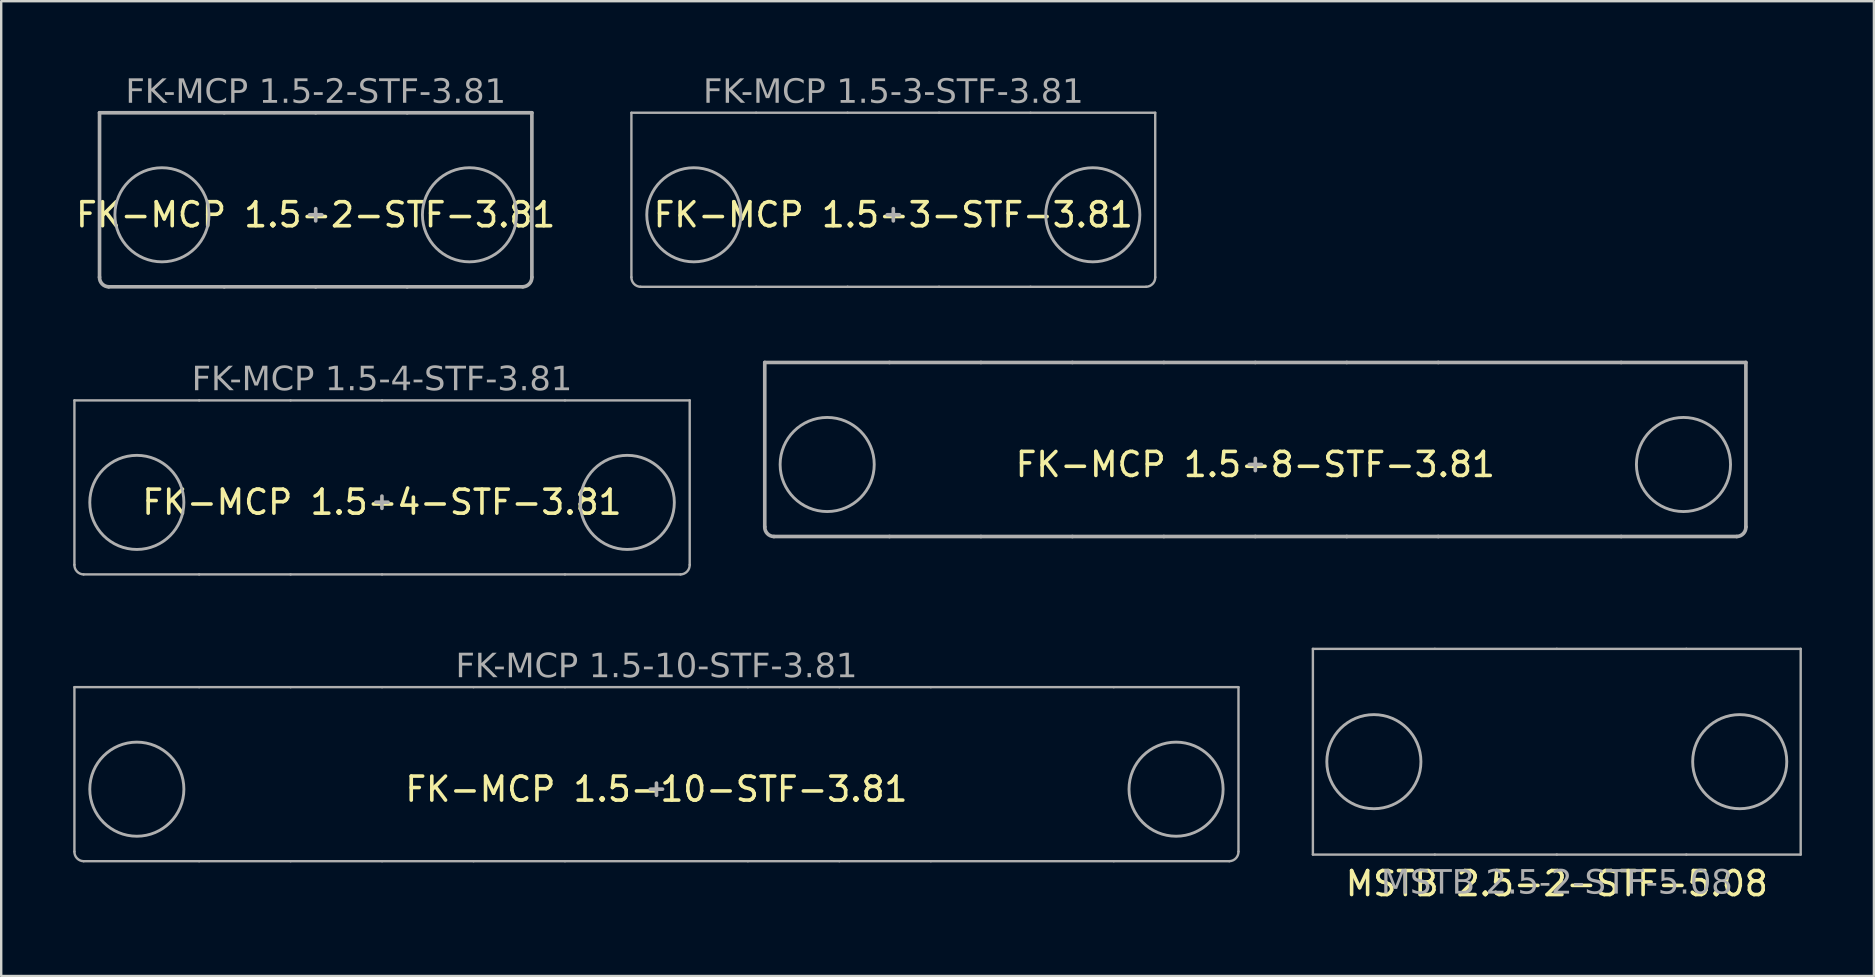
<source format=kicad_pcb>
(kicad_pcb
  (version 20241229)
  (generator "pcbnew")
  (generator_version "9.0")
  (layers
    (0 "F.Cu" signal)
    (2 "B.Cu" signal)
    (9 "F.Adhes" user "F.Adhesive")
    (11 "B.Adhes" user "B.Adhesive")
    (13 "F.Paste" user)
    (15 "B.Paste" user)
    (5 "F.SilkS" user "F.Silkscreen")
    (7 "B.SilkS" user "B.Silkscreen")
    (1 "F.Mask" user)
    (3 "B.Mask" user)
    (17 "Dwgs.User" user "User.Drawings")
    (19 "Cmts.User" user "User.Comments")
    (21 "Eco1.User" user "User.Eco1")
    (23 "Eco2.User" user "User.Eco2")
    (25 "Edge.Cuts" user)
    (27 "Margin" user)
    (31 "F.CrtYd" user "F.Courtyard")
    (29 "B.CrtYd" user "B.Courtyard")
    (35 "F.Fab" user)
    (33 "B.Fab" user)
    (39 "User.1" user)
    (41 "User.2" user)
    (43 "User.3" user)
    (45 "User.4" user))
  (footprint "FK-MCP 1.5-2-STF-3.81"
    (layer "F.Cu")
    (at 10.101 5.897)
    (property "Reference" "FK-MCP 1.5-2-STF-3.81" (at 0 0 0) (layer "F.SilkS") (effects (font (size 1 1) (thickness 0.15))))
    (attr through_hole exclude_from_pos_files exclude_from_bom)
    (fp_line (start -9.005 -4.25) (end -9.005 2.6) (stroke (width 0.152) (type solid)) (layer "F.Fab"))
    (fp_line (start -9.005 -4.25) (end -3.81 -4.25) (stroke (width 0.152) (type solid)) (layer "F.Fab"))
    (fp_line (start -3.81 3) (end -8.624 3) (stroke (width 0.152) (type solid)) (layer "F.Fab"))
    (fp_line (start 0 -4.25) (end -3.81 -4.25) (stroke (width 0.152) (type solid)) (layer "F.Fab"))
    (fp_line (start 0 -4.25) (end 3.81 -4.25) (stroke (width 0.152) (type solid)) (layer "F.Fab"))
    (fp_line (start 0 3) (end -3.81 3) (stroke (width 0.152) (type solid)) (layer "F.Fab"))
    (fp_line (start 0 3) (end 3.81 3) (stroke (width 0.152) (type solid)) (layer "F.Fab"))
    (fp_line (start 3.81 3) (end 8.624 3) (stroke (width 0.152) (type solid)) (layer "F.Fab"))
    (fp_line (start 9.005 -4.25) (end 3.81 -4.25) (stroke (width 0.152) (type solid)) (layer "F.Fab"))
    (fp_line (start 9.005 -4.25) (end 9.005 2.6) (stroke (width 0.152) (type solid)) (layer "F.Fab"))
    (fp_arc (start -8.624 3) (mid -8.897342 2.878908) (end -9.005 2.6) (stroke (width 0.1524) (type solid)) (layer "F.Fab"))
    (fp_arc (start 9.005 2.6) (mid 8.897343 2.878909) (end 8.624 3) (stroke (width 0.1524) (type solid)) (layer "F.Fab"))
    (fp_circle (center -6.405 0) (end -4.445 0) (stroke (width 0.12) (type default)) (fill no) (layer "F.Fab"))
    (fp_circle (center 6.405 0) (end 4.445 0) (stroke (width 0.12) (type default)) (fill no) (layer "F.Fab"))
    (fp_text user "${REFERENCE}" (at 0 -5.08 0) (layer "F.Fab") (effects (font (face "Tahoma") (size 1 1) (thickness 0.15))))
    (dimension (type center) (layer "F.Fab") (pts (xy 10.101 5.897) (xy 10.355 5.897)) (style (thickness 0.152) (arrow_length 1.27) (text_position_mode 0) (extension_offset 0.5) (keep_text_aligned yes))))
  (footprint "FK-MCP 1.5-10-STF-3.81"
    (layer "F.Cu")
    (at 24.295 29.824)
    (property "Reference" "FK-MCP 1.5-10-STF-3.81" (at 0 0 0) (layer "F.SilkS") (effects (font (size 1 1) (thickness 0.15))))
    (attr through_hole exclude_from_pos_files exclude_from_bom)
    (fp_line (start -24.245 -4.25) (end -24.245 2.6) (stroke (width 0.1) (type solid)) (layer "F.Fab"))
    (fp_line (start -24.245 -4.25) (end -19.05 -4.25) (stroke (width 0.1) (type solid)) (layer "F.Fab"))
    (fp_line (start -19.05 3) (end -23.864 3) (stroke (width 0.1) (type solid)) (layer "F.Fab"))
    (fp_line (start -15.24 -4.25) (end -19.05 -4.25) (stroke (width 0.1) (type solid)) (layer "F.Fab"))
    (fp_line (start -15.24 -4.25) (end -11.43 -4.25) (stroke (width 0.1) (type solid)) (layer "F.Fab"))
    (fp_line (start -15.24 3) (end -19.05 3) (stroke (width 0.1) (type solid)) (layer "F.Fab"))
    (fp_line (start -15.24 3) (end -11.43 3) (stroke (width 0.1) (type solid)) (layer "F.Fab"))
    (fp_line (start -11.43 -4.25) (end -7.62 -4.25) (stroke (width 0.1) (type solid)) (layer "F.Fab"))
    (fp_line (start -11.43 3) (end -7.62 3) (stroke (width 0.1) (type solid)) (layer "F.Fab"))
    (fp_line (start -7.62 -4.25) (end -3.81 -4.25) (stroke (width 0.1) (type solid)) (layer "F.Fab"))
    (fp_line (start -7.62 3) (end -3.81 3) (stroke (width 0.1) (type solid)) (layer "F.Fab"))
    (fp_line (start -3.81 -4.25) (end 3.81 -4.25) (stroke (width 0.1) (type solid)) (layer "F.Fab"))
    (fp_line (start -3.81 3) (end 3.81 3) (stroke (width 0.1) (type solid)) (layer "F.Fab"))
    (fp_line (start 3.81 -4.25) (end 7.62 -4.25) (stroke (width 0.1) (type solid)) (layer "F.Fab"))
    (fp_line (start 3.81 3) (end 7.62 3) (stroke (width 0.1) (type solid)) (layer "F.Fab"))
    (fp_line (start 7.62 -4.25) (end 11.43 -4.25) (stroke (width 0.1) (type solid)) (layer "F.Fab"))
    (fp_line (start 7.62 3) (end 11.43 3) (stroke (width 0.1) (type solid)) (layer "F.Fab"))
    (fp_line (start 11.43 -4.25) (end 19.05 -4.25) (stroke (width 0.1) (type solid)) (layer "F.Fab"))
    (fp_line (start 11.43 3) (end 19.05 3) (stroke (width 0.1) (type solid)) (layer "F.Fab"))
    (fp_line (start 19.05 3) (end 23.864 3) (stroke (width 0.1) (type solid)) (layer "F.Fab"))
    (fp_line (start 24.245 -4.25) (end 19.05 -4.25) (stroke (width 0.1) (type solid)) (layer "F.Fab"))
    (fp_line (start 24.245 -4.25) (end 24.245 2.6) (stroke (width 0.1) (type solid)) (layer "F.Fab"))
    (fp_arc (start -23.864 3) (mid -24.137342 2.878907) (end -24.245 2.6) (stroke (width 0.1) (type solid)) (layer "F.Fab"))
    (fp_arc (start 24.245 2.6) (mid 24.137343 2.878908) (end 23.864 3) (stroke (width 0.1) (type solid)) (layer "F.Fab"))
    (fp_circle (center -21.645 0) (end -19.685 0) (stroke (width 0.12) (type default)) (fill no) (layer "F.Fab"))
    (fp_circle (center 21.645 0) (end 19.685 0) (stroke (width 0.12) (type default)) (fill no) (layer "F.Fab"))
    (fp_text user "${REFERENCE}" (at 0 -5.08 0) (layer "F.Fab") (effects (font (face "Tahoma") (size 1 1) (thickness 0.15))))
    (dimension (type center) (layer "F.Fab") (pts (xy 24.295 29.824) (xy 24.549 29.824)) (style (thickness 0.152) (arrow_length 1.27) (text_position_mode 0) (extension_offset 0.5) (keep_text_aligned yes))))
  (footprint "MSTB 2.5-2-STF-5.08"
    (layer "F.Cu")
    (at 61.8 28.678)
    (property "Reference" "MSTB 2.5-2-STF-5.08" (at 0 5.08 0) (layer "F.SilkS") (effects (font (size 1 1) (thickness 0.15))))
    (attr through_hole)
    (fp_line (start -10.16 -4.7) (end -10.16 3.87) (stroke (width 0.1) (type solid)) (layer "F.Fab"))
    (fp_line (start -5.08 -4.7) (end -10.16 -4.7) (stroke (width 0.1) (type solid)) (layer "F.Fab"))
    (fp_line (start -5.08 -4.7) (end 0 -4.7) (stroke (width 0.1) (type solid)) (layer "F.Fab"))
    (fp_line (start -5.08 3.87) (end -10.16 3.87) (stroke (width 0.1) (type solid)) (layer "F.Fab"))
    (fp_line (start -5.08 3.87) (end 0 3.87) (stroke (width 0.1) (type solid)) (layer "F.Fab"))
    (fp_line (start 0 -4.7) (end 5.397 -4.7) (stroke (width 0.1) (type solid)) (layer "F.Fab"))
    (fp_line (start 0 3.87) (end 5.397 3.87) (stroke (width 0.1) (type solid)) (layer "F.Fab"))
    (fp_line (start 5.397 -4.7) (end 10.16 -4.7) (stroke (width 0.1) (type solid)) (layer "F.Fab"))
    (fp_line (start 5.397 3.87) (end 10.16 3.87) (stroke (width 0.1) (type solid)) (layer "F.Fab"))
    (fp_line (start 10.16 -4.7) (end 10.16 3.87) (stroke (width 0.1) (type solid)) (layer "F.Fab"))
    (fp_circle (center -7.62 0) (end -5.66 0) (stroke (width 0.12) (type default)) (fill no) (layer "F.Fab"))
    (fp_circle (center 7.62 0) (end 9.58 0) (stroke (width 0.12) (type default)) (fill no) (layer "F.Fab"))
    (fp_text user "${REFERENCE}" (at 0 5.08 0) (layer "F.Fab") (effects (font (face "Tahoma") (size 1 1) (thickness 0.15)))))
  (footprint "FK-MCP 1.5-8-STF-3.81"
    (layer "F.Cu")
    (at 49.242 16.299)
    (property "Reference" "FK-MCP 1.5-8-STF-3.81" (at 0 0 0) (layer "F.SilkS") (effects (font (size 1 1) (thickness 0.15))))
    (attr through_hole exclude_from_pos_files exclude_from_bom)
    (fp_line (start -20.435 -4.25) (end -20.435 2.6) (stroke (width 0.152) (type solid)) (layer "F.Fab"))
    (fp_line (start -20.435 -4.25) (end -15.24 -4.25) (stroke (width 0.152) (type solid)) (layer "F.Fab"))
    (fp_line (start -15.24 3) (end -20.054 3) (stroke (width 0.152) (type solid)) (layer "F.Fab"))
    (fp_line (start -11.43 -4.25) (end -15.24 -4.25) (stroke (width 0.152) (type solid)) (layer "F.Fab"))
    (fp_line (start -11.43 -4.25) (end -7.62 -4.25) (stroke (width 0.152) (type solid)) (layer "F.Fab"))
    (fp_line (start -11.43 3) (end -15.24 3) (stroke (width 0.152) (type solid)) (layer "F.Fab"))
    (fp_line (start -11.43 3) (end -7.62 3) (stroke (width 0.152) (type solid)) (layer "F.Fab"))
    (fp_line (start -7.62 -4.25) (end -3.81 -4.25) (stroke (width 0.152) (type solid)) (layer "F.Fab"))
    (fp_line (start -7.62 3) (end -3.81 3) (stroke (width 0.152) (type solid)) (layer "F.Fab"))
    (fp_line (start -3.81 -4.25) (end 0 -4.25) (stroke (width 0.152) (type solid)) (layer "F.Fab"))
    (fp_line (start -3.81 3) (end 0 3) (stroke (width 0.152) (type solid)) (layer "F.Fab"))
    (fp_line (start 0 -4.25) (end 3.81 -4.25) (stroke (width 0.152) (type solid)) (layer "F.Fab"))
    (fp_line (start 0 3) (end 3.81 3) (stroke (width 0.152) (type solid)) (layer "F.Fab"))
    (fp_line (start 3.81 -4.25) (end 7.62 -4.25) (stroke (width 0.152) (type solid)) (layer "F.Fab"))
    (fp_line (start 3.81 3) (end 7.62 3) (stroke (width 0.152) (type solid)) (layer "F.Fab"))
    (fp_line (start 7.62 -4.25) (end 15.24 -4.25) (stroke (width 0.152) (type solid)) (layer "F.Fab"))
    (fp_line (start 7.62 3) (end 15.24 3) (stroke (width 0.152) (type solid)) (layer "F.Fab"))
    (fp_line (start 15.24 3) (end 20.054 3) (stroke (width 0.152) (type solid)) (layer "F.Fab"))
    (fp_line (start 20.435 -4.25) (end 15.24 -4.25) (stroke (width 0.152) (type solid)) (layer "F.Fab"))
    (fp_line (start 20.435 -4.25) (end 20.435 2.6) (stroke (width 0.152) (type solid)) (layer "F.Fab"))
    (fp_arc (start -20.054 3) (mid -20.327342 2.878907) (end -20.435 2.6) (stroke (width 0.1524) (type solid)) (layer "F.Fab"))
    (fp_arc (start 20.435 2.6) (mid 20.327343 2.878908) (end 20.054 3) (stroke (width 0.1524) (type solid)) (layer "F.Fab"))
    (fp_circle (center -17.835 0) (end -15.875 0) (stroke (width 0.12) (type default)) (fill no) (layer "F.Fab"))
    (fp_circle (center 17.835 0) (end 15.875 0) (stroke (width 0.12) (type default)) (fill no) (layer "F.Fab"))
    (dimension (type center) (layer "F.Fab") (pts (xy 49.242 16.299) (xy 49.496 16.299)) (style (thickness 0.152) (arrow_length 1.27) (text_position_mode 0) (extension_offset 0.5) (keep_text_aligned yes))))
  (footprint "FK-MCP 1.5-4-STF-3.81"
    (layer "F.Cu")
    (at 12.86 17.87)
    (property "Reference" "FK-MCP 1.5-4-STF-3.81" (at 0 0 0) (layer "F.SilkS") (effects (font (size 1 1) (thickness 0.15))))
    (attr through_hole exclude_from_pos_files exclude_from_bom)
    (fp_line (start -12.81 -4.242) (end -12.81 2.608) (stroke (width 0.1) (type solid)) (layer "F.Fab"))
    (fp_line (start -12.81 -4.242) (end -7.615 -4.242) (stroke (width 0.1) (type solid)) (layer "F.Fab"))
    (fp_line (start -7.615 3.008) (end -12.429 3.008) (stroke (width 0.1) (type solid)) (layer "F.Fab"))
    (fp_line (start -3.805 -4.242) (end -7.615 -4.242) (stroke (width 0.1) (type solid)) (layer "F.Fab"))
    (fp_line (start -3.805 -4.242) (end 0.005 -4.242) (stroke (width 0.1) (type solid)) (layer "F.Fab"))
    (fp_line (start -3.805 3.008) (end -7.615 3.008) (stroke (width 0.1) (type solid)) (layer "F.Fab"))
    (fp_line (start -3.805 3.008) (end 0.005 3.008) (stroke (width 0.1) (type solid)) (layer "F.Fab"))
    (fp_line (start 0.005 -4.242) (end 7.625 -4.242) (stroke (width 0.1) (type solid)) (layer "F.Fab"))
    (fp_line (start 0.005 3.008) (end 7.625 3.008) (stroke (width 0.1) (type solid)) (layer "F.Fab"))
    (fp_line (start 7.625 3.008) (end 12.439 3.008) (stroke (width 0.1) (type solid)) (layer "F.Fab"))
    (fp_line (start 12.82 -4.242) (end 7.625 -4.242) (stroke (width 0.1) (type solid)) (layer "F.Fab"))
    (fp_line (start 12.82 -4.242) (end 12.82 2.608) (stroke (width 0.1) (type solid)) (layer "F.Fab"))
    (fp_arc (start -12.429359 3.007937) (mid -12.702701 2.886844) (end -12.810359 2.607937) (stroke (width 0.1) (type solid)) (layer "F.Fab"))
    (fp_arc (start 12.819641 2.607937) (mid 12.711984 2.886845) (end 12.438641 3.007937) (stroke (width 0.1) (type solid)) (layer "F.Fab"))
    (fp_circle (center -10.21 0.008) (end -8.25 0.008) (stroke (width 0.12) (type default)) (fill no) (layer "F.Fab"))
    (fp_circle (center 10.22 0.008) (end 8.26 0.008) (stroke (width 0.12) (type default)) (fill no) (layer "F.Fab"))
    (fp_text user "${REFERENCE}" (at 0 -5.08 0) (layer "F.Fab") (effects (font (face "Tahoma") (size 1 1) (thickness 0.15))))
    (dimension (type center) (layer "F.Fab") (pts (xy 12.86 17.87) (xy 13.114 17.87)) (style (thickness 0.152) (arrow_length 1.27) (text_position_mode 0) (extension_offset 0.5) (keep_text_aligned yes))))
  (footprint "FK-MCP 1.5-3-STF-3.81"
    (layer "F.Cu")
    (at 34.162 5.897)
    (property "Reference" "FK-MCP 1.5-3-STF-3.81" (at 0 0 0) (layer "F.SilkS") (effects (font (size 1 1) (thickness 0.15))))
    (attr through_hole exclude_from_pos_files exclude_from_bom)
    (fp_line (start -10.91 -4.25) (end -10.91 2.6) (stroke (width 0.1) (type solid)) (layer "F.Fab"))
    (fp_line (start -10.91 -4.25) (end -5.715 -4.25) (stroke (width 0.1) (type solid)) (layer "F.Fab"))
    (fp_line (start -5.715 3) (end -10.529 3) (stroke (width 0.1) (type solid)) (layer "F.Fab"))
    (fp_line (start -1.905 -4.25) (end -5.715 -4.25) (stroke (width 0.1) (type solid)) (layer "F.Fab"))
    (fp_line (start -1.905 -4.25) (end 1.905 -4.25) (stroke (width 0.1) (type solid)) (layer "F.Fab"))
    (fp_line (start -1.905 3) (end -5.715 3) (stroke (width 0.1) (type solid)) (layer "F.Fab"))
    (fp_line (start -1.905 3) (end 1.905 3) (stroke (width 0.1) (type solid)) (layer "F.Fab"))
    (fp_line (start 1.905 -4.25) (end 5.715 -4.25) (stroke (width 0.1) (type solid)) (layer "F.Fab"))
    (fp_line (start 1.905 3) (end 5.715 3) (stroke (width 0.1) (type solid)) (layer "F.Fab"))
    (fp_line (start 5.715 3) (end 10.529 3) (stroke (width 0.1) (type solid)) (layer "F.Fab"))
    (fp_line (start 10.91 -4.25) (end 5.715 -4.25) (stroke (width 0.1) (type solid)) (layer "F.Fab"))
    (fp_line (start 10.91 -4.25) (end 10.91 2.6) (stroke (width 0.1) (type solid)) (layer "F.Fab"))
    (fp_arc (start -10.529 3) (mid -10.802342 2.878907) (end -10.91 2.6) (stroke (width 0.1) (type solid)) (layer "F.Fab"))
    (fp_arc (start 10.91 2.6) (mid 10.802343 2.878908) (end 10.529 3) (stroke (width 0.1) (type solid)) (layer "F.Fab"))
    (fp_circle (center -8.31 0) (end -6.35 0) (stroke (width 0.12) (type default)) (fill no) (layer "F.Fab"))
    (fp_circle (center 8.31 0) (end 6.35 0) (stroke (width 0.12) (type default)) (fill no) (layer "F.Fab"))
    (fp_text user "${REFERENCE}" (at 0 -5.08 0) (layer "F.Fab") (effects (font (face "Tahoma") (size 1 1) (thickness 0.15))))
    (dimension (type center) (layer "F.Fab") (pts (xy 34.162 5.897) (xy 34.416 5.897)) (style (thickness 0.152) (arrow_length 1.27) (text_position_mode 0) (extension_offset 0.5) (keep_text_aligned yes))))
  (gr_rect
    (start -3 -3)
    (end 75.01 37.606)
    (stroke (width 0.1) (type default))
    (fill no)
    (layer "Edge.Cuts")))
</source>
